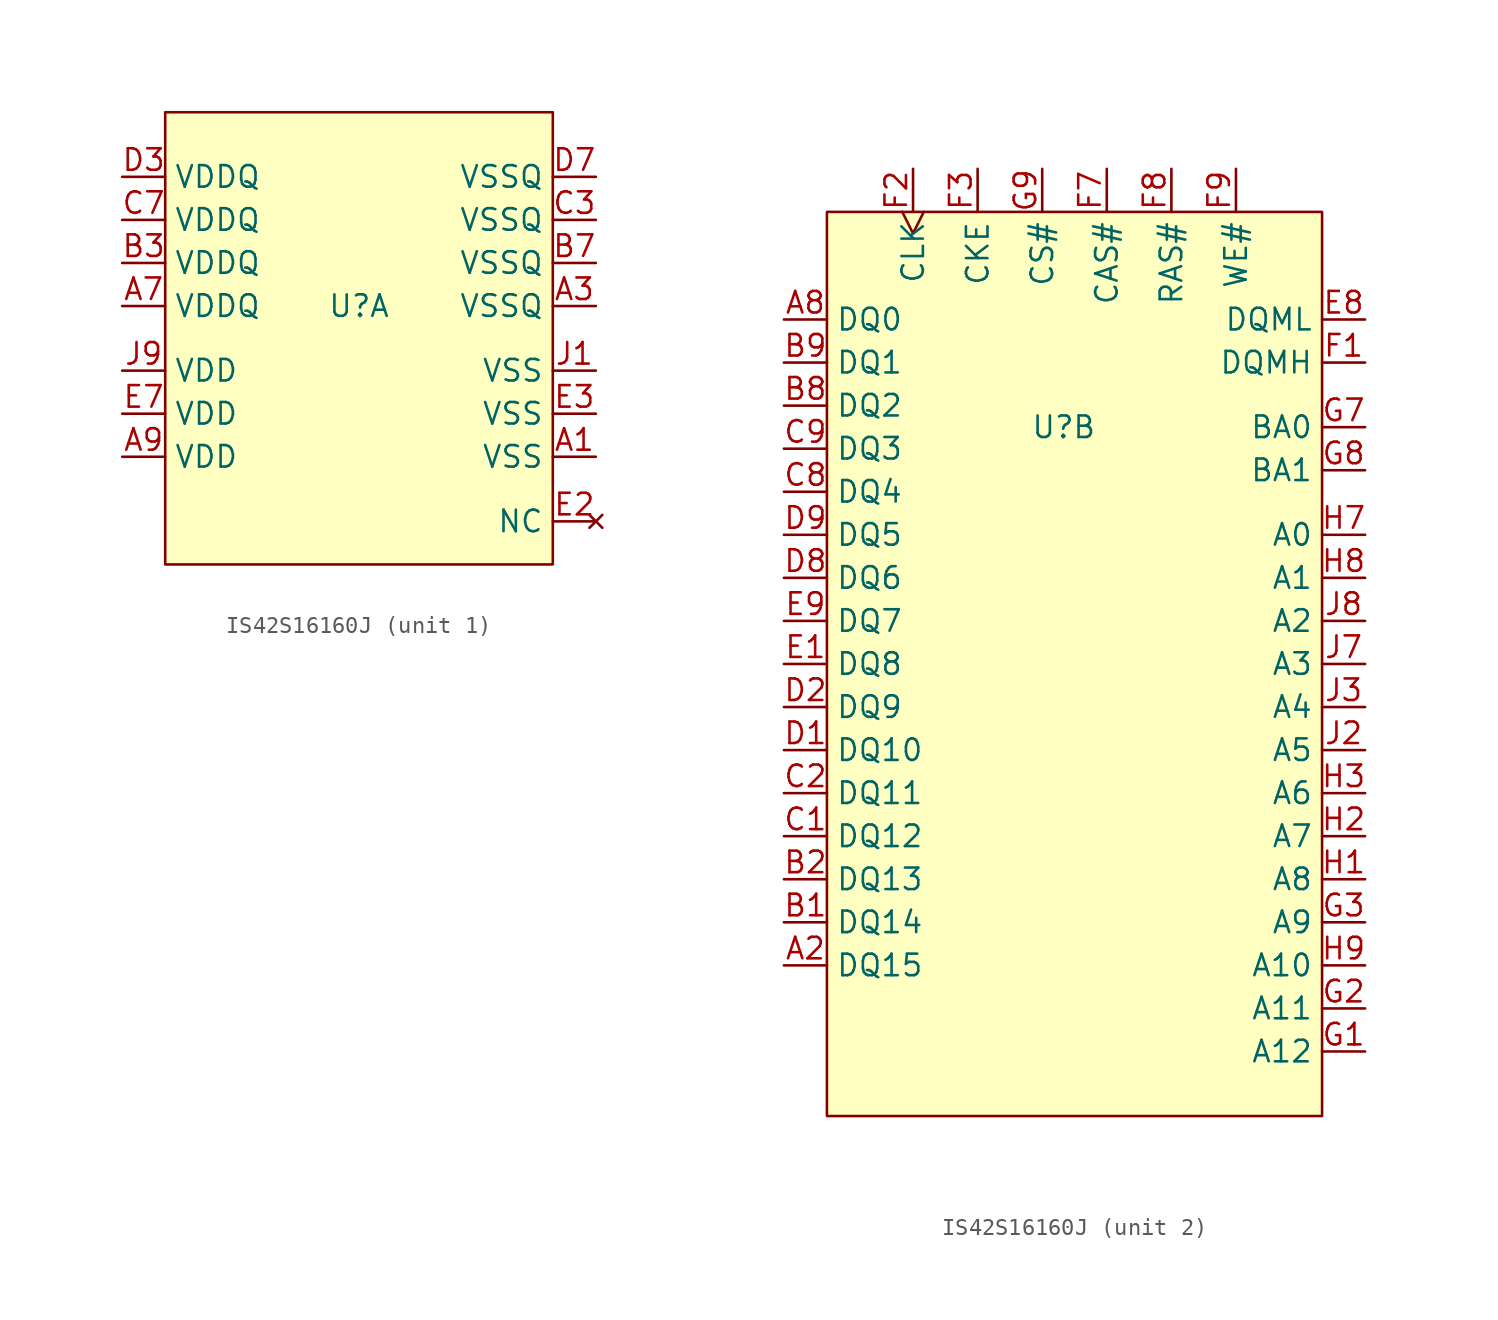
<source format=kicad_sym>
(kicad_symbol_lib
  (version 20231120)
  (generator "kicad_symbol_editor")
  (generator_version "8.0")
  (symbol "IS42S16160J"
    (property "Reference" "U"
      (at 0 0 0)
      (effects (font (size 1.27 1.27))))
    (property "ki_locked" ""
      (at 0 0 0)
      (effects (font (size 1.27 1.27))))
    (symbol "IS42S16160J_1_1"
      (rectangle (start -11.43 11.43) (end 11.43 -15.24) (stroke (width 0) (type default)) (fill (type background)))
      (pin power_in line (at 13.97 -8.89 180) (length 2.54) (name "VSS" (effects (font (size 1.27 1.27)))) (number "A1" (effects (font (size 1.27 1.27)))))
      (pin power_in line (at 13.97 0 180) (length 2.54) (name "VSSQ" (effects (font (size 1.27 1.27)))) (number "A3" (effects (font (size 1.27 1.27)))))
      (pin power_in line (at -13.97 0 0) (length 2.54) (name "VDDQ" (effects (font (size 1.27 1.27)))) (number "A7" (effects (font (size 1.27 1.27)))))
      (pin power_in line (at -13.97 -8.89 0) (length 2.54) (name "VDD" (effects (font (size 1.27 1.27)))) (number "A9" (effects (font (size 1.27 1.27)))))
      (pin power_in line (at -13.97 2.54 0) (length 2.54) (name "VDDQ" (effects (font (size 1.27 1.27)))) (number "B3" (effects (font (size 1.27 1.27)))))
      (pin power_in line (at 13.97 2.54 180) (length 2.54) (name "VSSQ" (effects (font (size 1.27 1.27)))) (number "B7" (effects (font (size 1.27 1.27)))))
      (pin power_in line (at 13.97 5.08 180) (length 2.54) (name "VSSQ" (effects (font (size 1.27 1.27)))) (number "C3" (effects (font (size 1.27 1.27)))))
      (pin power_in line (at -13.97 5.08 0) (length 2.54) (name "VDDQ" (effects (font (size 1.27 1.27)))) (number "C7" (effects (font (size 1.27 1.27)))))
      (pin power_in line (at -13.97 7.62 0) (length 2.54) (name "VDDQ" (effects (font (size 1.27 1.27)))) (number "D3" (effects (font (size 1.27 1.27)))))
      (pin power_in line (at 13.97 7.62 180) (length 2.54) (name "VSSQ" (effects (font (size 1.27 1.27)))) (number "D7" (effects (font (size 1.27 1.27)))))
      (pin no_connect line (at 13.97 -12.7 180) (length 2.54) (name "NC" (effects (font (size 1.27 1.27)))) (number "E2" (effects (font (size 1.27 1.27)))))
      (pin power_in line (at 13.97 -6.35 180) (length 2.54) (name "VSS" (effects (font (size 1.27 1.27)))) (number "E3" (effects (font (size 1.27 1.27)))))
      (pin power_in line (at -13.97 -6.35 0) (length 2.54) (name "VDD" (effects (font (size 1.27 1.27)))) (number "E7" (effects (font (size 1.27 1.27)))))
      (pin power_in line (at 13.97 -3.81 180) (length 2.54) (name "VSS" (effects (font (size 1.27 1.27)))) (number "J1" (effects (font (size 1.27 1.27)))))
      (pin power_in line (at -13.97 -3.81 0) (length 2.54) (name "VDD" (effects (font (size 1.27 1.27)))) (number "J9" (effects (font (size 1.27 1.27))))))
    (symbol "IS42S16160J_2_1"
      (rectangle (start -13.97 12.7) (end 15.24 -40.64) (stroke (width 0) (type default)) (fill (type background)))
      (pin input line (at -16.51 -31.75 0) (length 2.54) (name "DQ15" (effects (font (size 1.27 1.27)))) (number "A2" (effects (font (size 1.27 1.27)))))
      (pin input line (at -16.51 6.35 0) (length 2.54) (name "DQ0" (effects (font (size 1.27 1.27)))) (number "A8" (effects (font (size 1.27 1.27)))))
      (pin input line (at -16.51 -29.21 0) (length 2.54) (name "DQ14" (effects (font (size 1.27 1.27)))) (number "B1" (effects (font (size 1.27 1.27)))))
      (pin input line (at -16.51 -26.67 0) (length 2.54) (name "DQ13" (effects (font (size 1.27 1.27)))) (number "B2" (effects (font (size 1.27 1.27)))))
      (pin input line (at -16.51 1.27 0) (length 2.54) (name "DQ2" (effects (font (size 1.27 1.27)))) (number "B8" (effects (font (size 1.27 1.27)))))
      (pin input line (at -16.51 3.81 0) (length 2.54) (name "DQ1" (effects (font (size 1.27 1.27)))) (number "B9" (effects (font (size 1.27 1.27)))))
      (pin input line (at -16.51 -24.13 0) (length 2.54) (name "DQ12" (effects (font (size 1.27 1.27)))) (number "C1" (effects (font (size 1.27 1.27)))))
      (pin input line (at -16.51 -21.59 0) (length 2.54) (name "DQ11" (effects (font (size 1.27 1.27)))) (number "C2" (effects (font (size 1.27 1.27)))))
      (pin input line (at -16.51 -3.81 0) (length 2.54) (name "DQ4" (effects (font (size 1.27 1.27)))) (number "C8" (effects (font (size 1.27 1.27)))))
      (pin input line (at -16.51 -1.27 0) (length 2.54) (name "DQ3" (effects (font (size 1.27 1.27)))) (number "C9" (effects (font (size 1.27 1.27)))))
      (pin input line (at -16.51 -19.05 0) (length 2.54) (name "DQ10" (effects (font (size 1.27 1.27)))) (number "D1" (effects (font (size 1.27 1.27)))))
      (pin input line (at -16.51 -16.51 0) (length 2.54) (name "DQ9" (effects (font (size 1.27 1.27)))) (number "D2" (effects (font (size 1.27 1.27)))))
      (pin input line (at -16.51 -8.89 0) (length 2.54) (name "DQ6" (effects (font (size 1.27 1.27)))) (number "D8" (effects (font (size 1.27 1.27)))))
      (pin input line (at -16.51 -6.35 0) (length 2.54) (name "DQ5" (effects (font (size 1.27 1.27)))) (number "D9" (effects (font (size 1.27 1.27)))))
      (pin input line (at -16.51 -13.97 0) (length 2.54) (name "DQ8" (effects (font (size 1.27 1.27)))) (number "E1" (effects (font (size 1.27 1.27)))))
      (pin input line (at 17.78 6.35 180) (length 2.54) (name "DQML" (effects (font (size 1.27 1.27)))) (number "E8" (effects (font (size 1.27 1.27)))))
      (pin input line (at -16.51 -11.43 0) (length 2.54) (name "DQ7" (effects (font (size 1.27 1.27)))) (number "E9" (effects (font (size 1.27 1.27)))))
      (pin input line (at 17.78 3.81 180) (length 2.54) (name "DQMH" (effects (font (size 1.27 1.27)))) (number "F1" (effects (font (size 1.27 1.27)))))
      (pin input clock (at -8.89 15.24 270) (length 2.54) (name "CLK" (effects (font (size 1.27 1.27)))) (number "F2" (effects (font (size 1.27 1.27)))))
      (pin input line (at -5.08 15.24 270) (length 2.54) (name "CKE" (effects (font (size 1.27 1.27)))) (number "F3" (effects (font (size 1.27 1.27)))))
      (pin input line (at 2.54 15.24 270) (length 2.54) (name "CAS#" (effects (font (size 1.27 1.27)))) (number "F7" (effects (font (size 1.27 1.27)))))
      (pin input line (at 6.35 15.24 270) (length 2.54) (name "RAS#" (effects (font (size 1.27 1.27)))) (number "F8" (effects (font (size 1.27 1.27)))))
      (pin input line (at 10.16 15.24 270) (length 2.54) (name "WE#" (effects (font (size 1.27 1.27)))) (number "F9" (effects (font (size 1.27 1.27)))))
      (pin input line (at 17.78 -36.83 180) (length 2.54) (name "A12" (effects (font (size 1.27 1.27)))) (number "G1" (effects (font (size 1.27 1.27)))))
      (pin input line (at 17.78 -34.29 180) (length 2.54) (name "A11" (effects (font (size 1.27 1.27)))) (number "G2" (effects (font (size 1.27 1.27)))))
      (pin input line (at 17.78 -29.21 180) (length 2.54) (name "A9" (effects (font (size 1.27 1.27)))) (number "G3" (effects (font (size 1.27 1.27)))))
      (pin input line (at 17.78 0 180) (length 2.54) (name "BA0" (effects (font (size 1.27 1.27)))) (number "G7" (effects (font (size 1.27 1.27)))))
      (pin input line (at 17.78 -2.54 180) (length 2.54) (name "BA1" (effects (font (size 1.27 1.27)))) (number "G8" (effects (font (size 1.27 1.27)))))
      (pin input line (at -1.27 15.24 270) (length 2.54) (name "CS#" (effects (font (size 1.27 1.27)))) (number "G9" (effects (font (size 1.27 1.27)))))
      (pin input line (at 17.78 -26.67 180) (length 2.54) (name "A8" (effects (font (size 1.27 1.27)))) (number "H1" (effects (font (size 1.27 1.27)))))
      (pin input line (at 17.78 -24.13 180) (length 2.54) (name "A7" (effects (font (size 1.27 1.27)))) (number "H2" (effects (font (size 1.27 1.27)))))
      (pin input line (at 17.78 -21.59 180) (length 2.54) (name "A6" (effects (font (size 1.27 1.27)))) (number "H3" (effects (font (size 1.27 1.27)))))
      (pin input line (at 17.78 -6.35 180) (length 2.54) (name "A0" (effects (font (size 1.27 1.27)))) (number "H7" (effects (font (size 1.27 1.27)))))
      (pin input line (at 17.78 -8.89 180) (length 2.54) (name "A1" (effects (font (size 1.27 1.27)))) (number "H8" (effects (font (size 1.27 1.27)))))
      (pin input line (at 17.78 -31.75 180) (length 2.54) (name "A10" (effects (font (size 1.27 1.27)))) (number "H9" (effects (font (size 1.27 1.27)))))
      (pin input line (at 17.78 -19.05 180) (length 2.54) (name "A5" (effects (font (size 1.27 1.27)))) (number "J2" (effects (font (size 1.27 1.27)))))
      (pin input line (at 17.78 -16.51 180) (length 2.54) (name "A4" (effects (font (size 1.27 1.27)))) (number "J3" (effects (font (size 1.27 1.27)))))
      (pin input line (at 17.78 -13.97 180) (length 2.54) (name "A3" (effects (font (size 1.27 1.27)))) (number "J7" (effects (font (size 1.27 1.27)))))
      (pin input line (at 17.78 -11.43 180) (length 2.54) (name "A2" (effects (font (size 1.27 1.27)))) (number "J8" (effects (font (size 1.27 1.27))))))))
</source>
